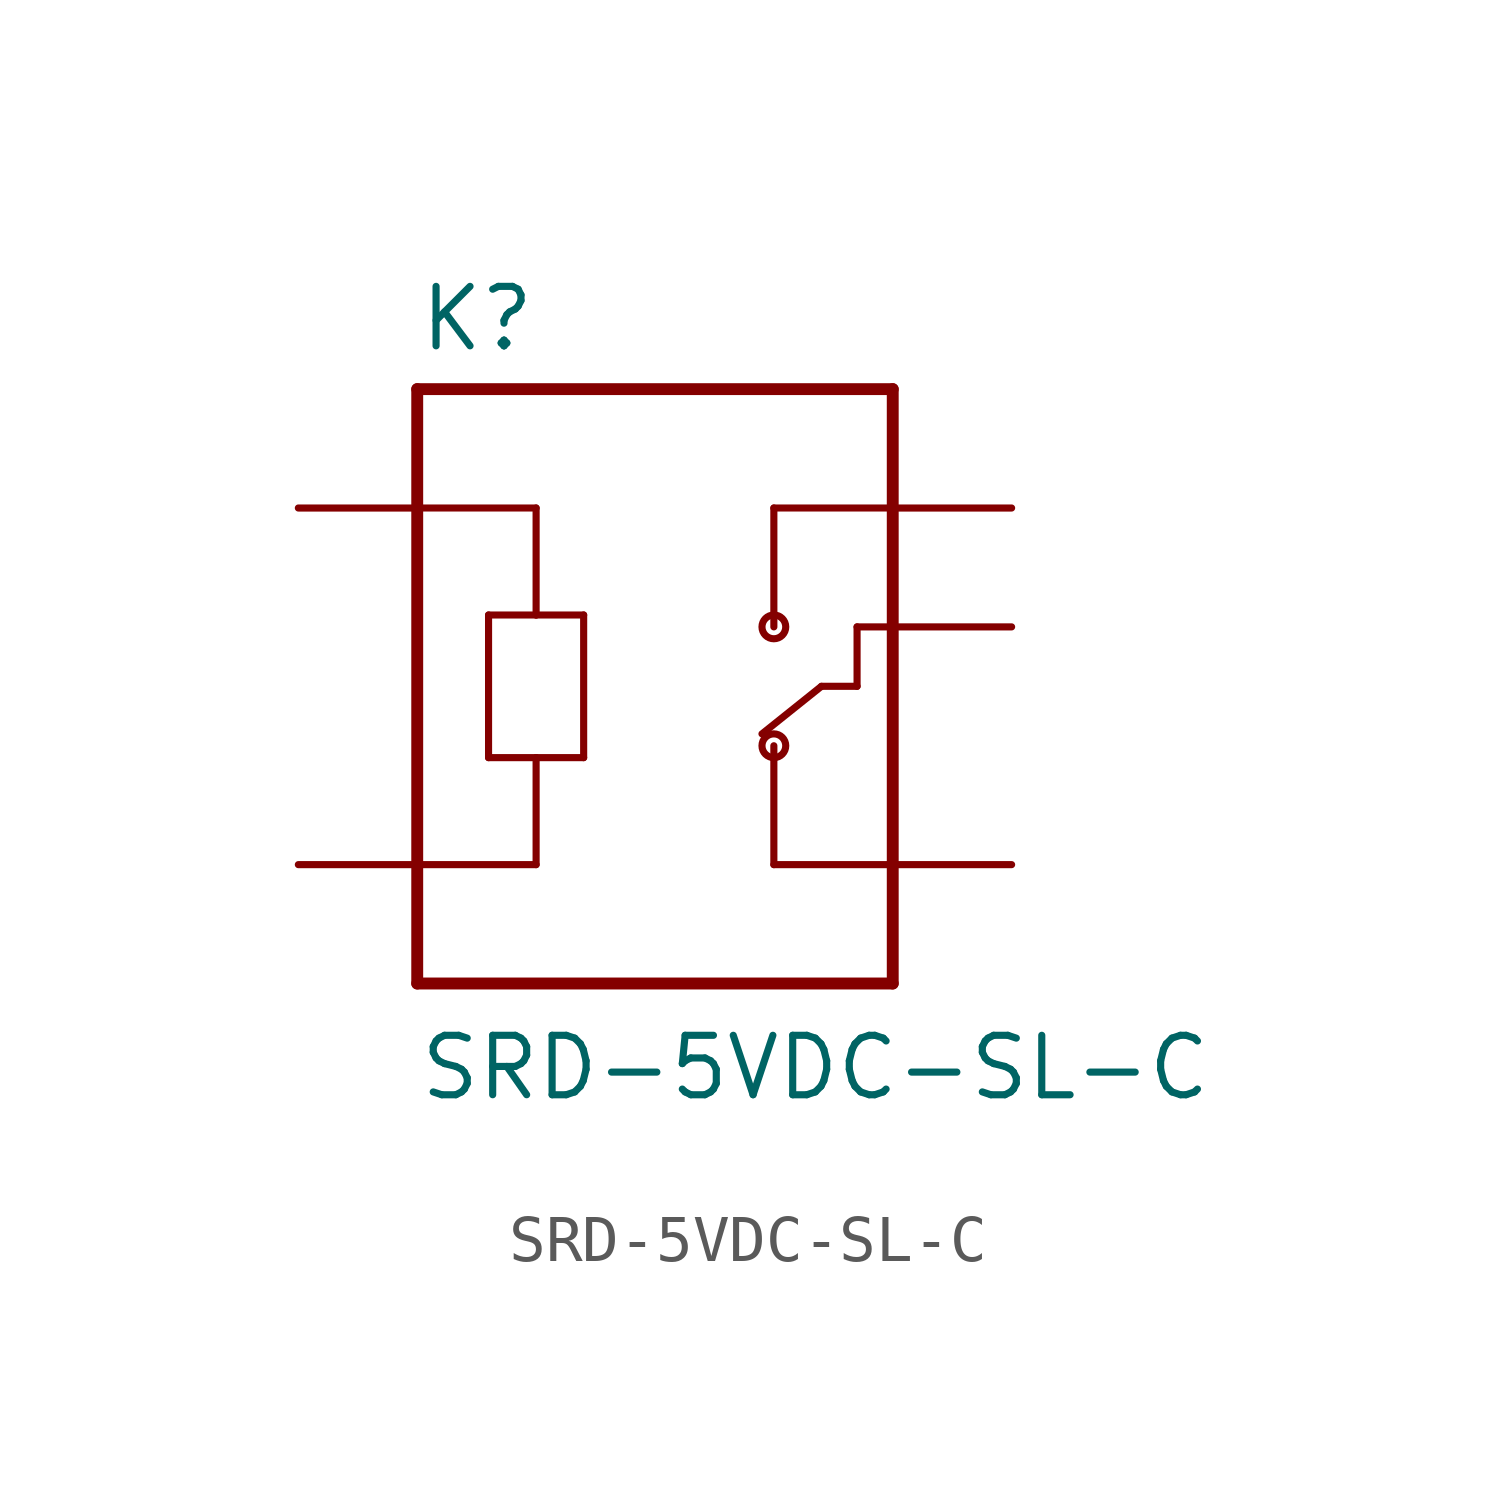
<source format=kicad_sym>
(kicad_symbol_lib
  (version 20211014)
  (generator kicad_symbol_editor)
  (symbol "SRD-5VDC-SL-C"
    (pin_numbers hide)
    (pin_names
      (offset 1.016) hide)
    (property "Reference" "K"
      (at -5.08 5.842 0)
      (effects (font (size 1.27 1.27)) (justify left bottom)))
    (property "Value" "SRD-5VDC-SL-C"
      (at -5.08 -10.16 0)
      (effects (font (size 1.27 1.27)) (justify left bottom)))
    (symbol "SRD-5VDC-SL-C_0_0"
      (polyline (pts (xy -5.08 -7.62) (xy -5.08 5.08)) (stroke (width 0.254) (type default) (color 0 0 0 0)) (fill (type none)))
      (polyline (pts (xy -5.08 2.54) (xy -2.54 2.54)) (stroke (width 0.152) (type default) (color 0 0 0 0)) (fill (type none)))
      (polyline (pts (xy -5.08 5.08) (xy 5.08 5.08)) (stroke (width 0.254) (type default) (color 0 0 0 0)) (fill (type none)))
      (polyline (pts (xy -3.556 -2.794) (xy -2.54 -2.794)) (stroke (width 0.152) (type default) (color 0 0 0 0)) (fill (type none)))
      (polyline (pts (xy -3.556 0.254) (xy -3.556 -2.794)) (stroke (width 0.152) (type default) (color 0 0 0 0)) (fill (type none)))
      (polyline (pts (xy -2.54 -5.08) (xy -5.08 -5.08)) (stroke (width 0.152) (type default) (color 0 0 0 0)) (fill (type none)))
      (polyline (pts (xy -2.54 -2.794) (xy -2.54 -5.08)) (stroke (width 0.152) (type default) (color 0 0 0 0)) (fill (type none)))
      (polyline (pts (xy -2.54 -2.794) (xy -1.524 -2.794)) (stroke (width 0.152) (type default) (color 0 0 0 0)) (fill (type none)))
      (polyline (pts (xy -2.54 0.254) (xy -3.556 0.254)) (stroke (width 0.152) (type default) (color 0 0 0 0)) (fill (type none)))
      (polyline (pts (xy -2.54 2.54) (xy -2.54 0.254)) (stroke (width 0.152) (type default) (color 0 0 0 0)) (fill (type none)))
      (polyline (pts (xy -1.524 -2.794) (xy -1.524 0.254)) (stroke (width 0.152) (type default) (color 0 0 0 0)) (fill (type none)))
      (polyline (pts (xy -1.524 0.254) (xy -2.54 0.254)) (stroke (width 0.152) (type default) (color 0 0 0 0)) (fill (type none)))
      (polyline (pts (xy 2.54 -5.08) (xy 5.08 -5.08)) (stroke (width 0.152) (type default) (color 0 0 0 0)) (fill (type none)))
      (polyline (pts (xy 2.54 -2.54) (xy 2.54 -5.08)) (stroke (width 0.152) (type default) (color 0 0 0 0)) (fill (type none)))
      (polyline (pts (xy 2.54 2.54) (xy 2.54 0)) (stroke (width 0.152) (type default) (color 0 0 0 0)) (fill (type none)))
      (polyline (pts (xy 3.556 -1.27) (xy 2.286 -2.286)) (stroke (width 0.152) (type default) (color 0 0 0 0)) (fill (type none)))
      (polyline (pts (xy 3.556 -1.27) (xy 4.318 -1.27)) (stroke (width 0.152) (type default) (color 0 0 0 0)) (fill (type none)))
      (polyline (pts (xy 4.318 -1.27) (xy 4.318 0)) (stroke (width 0.152) (type default) (color 0 0 0 0)) (fill (type none)))
      (polyline (pts (xy 4.318 0) (xy 5.08 0)) (stroke (width 0.152) (type default) (color 0 0 0 0)) (fill (type none)))
      (polyline (pts (xy 5.08 -7.62) (xy -5.08 -7.62)) (stroke (width 0.254) (type default) (color 0 0 0 0)) (fill (type none)))
      (polyline (pts (xy 5.08 0) (xy 5.08 -7.62)) (stroke (width 0.254) (type default) (color 0 0 0 0)) (fill (type none)))
      (polyline (pts (xy 5.08 2.54) (xy 2.54 2.54)) (stroke (width 0.152) (type default) (color 0 0 0 0)) (fill (type none)))
      (polyline (pts (xy 5.08 5.08) (xy 5.08 0)) (stroke (width 0.254) (type default) (color 0 0 0 0)) (fill (type none)))
      (circle (center 2.54 -2.54) (radius 0.254) (stroke (width 0.152) (type default) (color 0 0 0 0)) (fill (type none)))
      (circle (center 2.54 0) (radius 0.254) (stroke (width 0.152) (type default) (color 0 0 0 0)) (fill (type none)))
      (pin passive line (at -7.62 2.54 0) (length 2.54) (name "~" (effects (font (size 1.016 1.016)))) (number "A1" (effects (font (size 1.016 1.016)))))
      (pin passive line (at -7.62 -5.08 0) (length 2.54) (name "~" (effects (font (size 1.016 1.016)))) (number "A2" (effects (font (size 1.016 1.016)))))
      (pin passive line (at 7.62 0 180) (length 2.54) (name "~" (effects (font (size 1.016 1.016)))) (number "COM" (effects (font (size 1.016 1.016)))))
      (pin passive line (at 7.62 -5.08 180) (length 2.54) (name "~" (effects (font (size 1.016 1.016)))) (number "NC" (effects (font (size 1.016 1.016)))))
      (pin passive line (at 7.62 2.54 180) (length 2.54) (name "~" (effects (font (size 1.016 1.016)))) (number "NO" (effects (font (size 1.016 1.016))))))))
</source>
